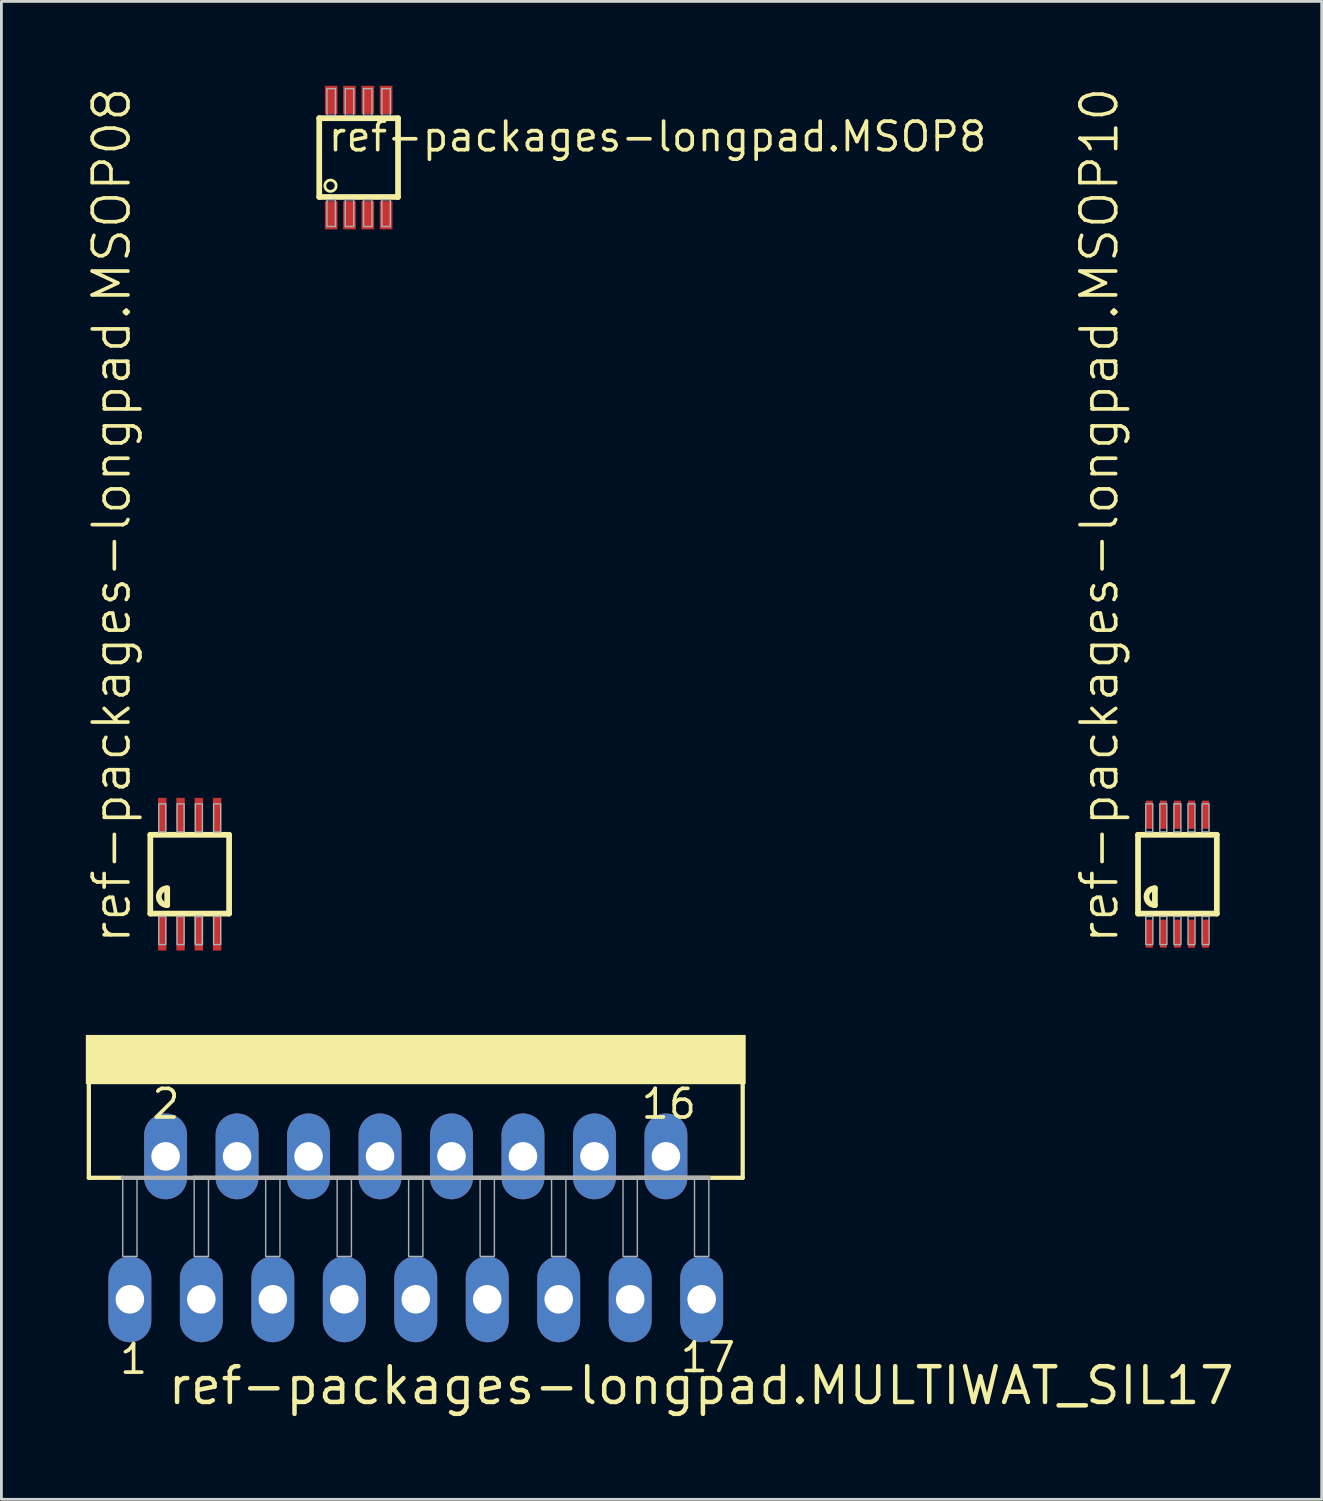
<source format=kicad_pcb>
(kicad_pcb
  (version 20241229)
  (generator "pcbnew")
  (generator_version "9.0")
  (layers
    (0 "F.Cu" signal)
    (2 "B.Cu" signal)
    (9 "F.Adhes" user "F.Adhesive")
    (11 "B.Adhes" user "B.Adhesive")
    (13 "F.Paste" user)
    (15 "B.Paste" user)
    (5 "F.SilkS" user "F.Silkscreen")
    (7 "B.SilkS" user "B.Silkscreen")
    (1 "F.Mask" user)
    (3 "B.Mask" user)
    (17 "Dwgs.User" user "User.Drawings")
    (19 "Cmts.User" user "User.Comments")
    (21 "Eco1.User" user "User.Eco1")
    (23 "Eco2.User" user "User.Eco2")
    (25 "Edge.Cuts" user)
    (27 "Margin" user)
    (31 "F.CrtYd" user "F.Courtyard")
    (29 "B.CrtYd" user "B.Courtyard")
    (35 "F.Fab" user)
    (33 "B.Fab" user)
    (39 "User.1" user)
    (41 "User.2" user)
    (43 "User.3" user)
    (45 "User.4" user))
  (footprint "ref-packages-longpad.MSOP8"
    (layer "F.Cu")
    (at 9.695 2.55)
    (property "Reference" "ref-packages-longpad.MSOP8" (at -1.15 -0.15 0) (layer "F.SilkS") (effects (font (size 1.016 1.016) (thickness 0.13)) (justify left bottom)))
    (attr smd)
    (fp_line (start -1.4 -1.4) (end 1.4 -1.4) (stroke (width 0.203) (type default)) (layer "F.SilkS"))
    (fp_line (start -1.4 1.4) (end -1.4 -1.4) (stroke (width 0.203) (type default)) (layer "F.SilkS"))
    (fp_line (start 1.4 -1.4) (end 1.4 1.4) (stroke (width 0.203) (type default)) (layer "F.SilkS"))
    (fp_line (start 1.4 1.4) (end -1.4 1.4) (stroke (width 0.203) (type default)) (layer "F.SilkS"))
    (fp_circle (center -1 1) (end -0.8 1) (stroke (width 0.1) (type default)) (fill no) (layer "F.SilkS"))
    (fp_rect (start -1.125 2.45) (end -0.825 1.5) (stroke (width 0.05) (type default)) (fill no) (layer "F.Fab"))
    (fp_rect (start -1.125 -1.5) (end -0.825 -2.45) (stroke (width 0.05) (type default)) (fill no) (layer "F.Fab"))
    (fp_rect (start -0.475 -1.5) (end -0.175 -2.45) (stroke (width 0.05) (type default)) (fill no) (layer "F.Fab"))
    (fp_rect (start -0.475 2.45) (end -0.175 1.5) (stroke (width 0.05) (type default)) (fill no) (layer "F.Fab"))
    (fp_rect (start 0.175 -1.5) (end 0.475 -2.45) (stroke (width 0.05) (type default)) (fill no) (layer "F.Fab"))
    (fp_rect (start 0.175 2.45) (end 0.475 1.5) (stroke (width 0.05) (type default)) (fill no) (layer "F.Fab"))
    (fp_rect (start 0.825 2.45) (end 1.125 1.5) (stroke (width 0.05) (type default)) (fill no) (layer "F.Fab"))
    (fp_rect (start 0.825 -1.5) (end 1.125 -2.45) (stroke (width 0.05) (type default)) (fill no) (layer "F.Fab"))
    (pad "1" smd roundrect (at -0.975 2.05) (size 0.45 1) (layers "F.Cu" "F.Mask" "F.Paste") (roundrect_rratio 0.01))
    (pad "2" smd roundrect (at -0.325 2.05) (size 0.45 1) (layers "F.Cu" "F.Mask" "F.Paste") (roundrect_rratio 0.01))
    (pad "3" smd roundrect (at 0.325 2.05) (size 0.45 1) (layers "F.Cu" "F.Mask" "F.Paste") (roundrect_rratio 0.01))
    (pad "4" smd roundrect (at 0.975 2.05) (size 0.45 1) (layers "F.Cu" "F.Mask" "F.Paste") (roundrect_rratio 0.01))
    (pad "5" smd roundrect (at 0.975 -2.05) (size 0.45 1) (layers "F.Cu" "F.Mask" "F.Paste") (roundrect_rratio 0.01))
    (pad "6" smd roundrect (at 0.325 -2.05) (size 0.45 1) (layers "F.Cu" "F.Mask" "F.Paste") (roundrect_rratio 0.01))
    (pad "7" smd roundrect (at -0.325 -2.05) (size 0.45 1) (layers "F.Cu" "F.Mask" "F.Paste") (roundrect_rratio 0.01))
    (pad "8" smd roundrect (at -0.975 -2.05) (size 0.45 1) (layers "F.Cu" "F.Mask" "F.Paste") (roundrect_rratio 0.01)))
  (footprint "ref-packages-longpad.MULTIWAT_SIL17"
    (layer "F.Cu")
    (at 11.725 35.504)
    (property "Reference" "ref-packages-longpad.MULTIWAT_SIL17" (at -8.89 11.43 0) (layer "F.SilkS") (effects (font (size 1.27 1.27) (thickness 0.16)) (justify left bottom)))
    (attr through_hole)
    (fp_line (start -11.618 -0.254) (end -11.618 3.302) (stroke (width 0.152) (type default)) (layer "F.SilkS"))
    (fp_line (start -11.618 3.302) (end -10.414 3.302) (stroke (width 0.152) (type default)) (layer "F.SilkS"))
    (fp_line (start 7.874 3.302) (end 11.618 3.302) (stroke (width 0.152) (type default)) (layer "F.SilkS"))
    (fp_line (start 11.618 -0.254) (end 11.618 3.302) (stroke (width 0.152) (type default)) (layer "F.SilkS"))
    (fp_rect (start -11.7 -0.05) (end 11.7 -1.75) (stroke (width 0.05) (type default)) (fill yes) (layer "F.SilkS"))
    (fp_line (start -10.414 3.302) (end -7.874 3.302) (stroke (width 0.152) (type default)) (layer "F.Fab"))
    (fp_line (start -7.874 3.302) (end 7.874 3.302) (stroke (width 0.152) (type default)) (layer "F.Fab"))
    (fp_line (start -7.874 3.302) (end 10.414 3.302) (stroke (width 0.152) (type default)) (layer "F.Fab"))
    (fp_rect (start -10.414 6.096) (end -9.906 3.302) (stroke (width 0.05) (type default)) (fill no) (layer "F.Fab"))
    (fp_rect (start -7.874 6.096) (end -7.366 3.302) (stroke (width 0.05) (type default)) (fill no) (layer "F.Fab"))
    (fp_rect (start -5.334 6.096) (end -4.826 3.302) (stroke (width 0.05) (type default)) (fill no) (layer "F.Fab"))
    (fp_rect (start -2.794 6.096) (end -2.286 3.302) (stroke (width 0.05) (type default)) (fill no) (layer "F.Fab"))
    (fp_rect (start -0.254 6.096) (end 0.254 3.302) (stroke (width 0.05) (type default)) (fill no) (layer "F.Fab"))
    (fp_rect (start 2.286 6.096) (end 2.794 3.302) (stroke (width 0.05) (type default)) (fill no) (layer "F.Fab"))
    (fp_rect (start 4.826 6.096) (end 5.334 3.302) (stroke (width 0.05) (type default)) (fill no) (layer "F.Fab"))
    (fp_rect (start 7.366 6.096) (end 7.874 3.302) (stroke (width 0.05) (type default)) (fill no) (layer "F.Fab"))
    (fp_rect (start 9.906 6.096) (end 10.414 3.302) (stroke (width 0.05) (type default)) (fill no) (layer "F.Fab"))
    (fp_text user "1" (at -10.597 10.338 0) (layer "F.SilkS") (effects (font (size 1.016 1.016) (thickness 0.13)) (justify left bottom)))
    (fp_text user "2" (at -9.447 1.27 0) (layer "F.SilkS") (effects (font (size 1.016 1.016) (thickness 0.13)) (justify left bottom)))
    (fp_text user "16" (at 7.939 1.27 0) (layer "F.SilkS") (effects (font (size 1.016 1.016) (thickness 0.13)) (justify left bottom)))
    (fp_text user "17" (at 9.328 10.279 0) (layer "F.SilkS") (effects (font (size 1.016 1.016) (thickness 0.13)) (justify left bottom)))
    (pad "1" thru_hole oval (at -10.16 7.62 90) (size 3.048 1.524) (drill 1.016) (layers "*.Cu" "*.Mask"))
    (pad "2" thru_hole oval (at -8.89 2.54 90) (size 3.048 1.524) (drill 1.016) (layers "*.Cu" "*.Mask"))
    (pad "3" thru_hole oval (at -7.62 7.62 90) (size 3.048 1.524) (drill 1.016) (layers "*.Cu" "*.Mask"))
    (pad "4" thru_hole oval (at -6.35 2.54 90) (size 3.048 1.524) (drill 1.016) (layers "*.Cu" "*.Mask"))
    (pad "5" thru_hole oval (at -5.08 7.62 90) (size 3.048 1.524) (drill 1.016) (layers "*.Cu" "*.Mask"))
    (pad "6" thru_hole oval (at -3.81 2.54 90) (size 3.048 1.524) (drill 1.016) (layers "*.Cu" "*.Mask"))
    (pad "7" thru_hole oval (at -2.54 7.62 90) (size 3.048 1.524) (drill 1.016) (layers "*.Cu" "*.Mask"))
    (pad "8" thru_hole oval (at -1.27 2.54 90) (size 3.048 1.524) (drill 1.016) (layers "*.Cu" "*.Mask"))
    (pad "9" thru_hole oval (at 0 7.62 90) (size 3.048 1.524) (drill 1.016) (layers "*.Cu" "*.Mask"))
    (pad "10" thru_hole oval (at 1.27 2.54 90) (size 3.048 1.524) (drill 1.016) (layers "*.Cu" "*.Mask"))
    (pad "11" thru_hole oval (at 2.54 7.62 90) (size 3.048 1.524) (drill 1.016) (layers "*.Cu" "*.Mask"))
    (pad "12" thru_hole oval (at 3.81 2.54 90) (size 3.048 1.524) (drill 1.016) (layers "*.Cu" "*.Mask"))
    (pad "13" thru_hole oval (at 5.08 7.62 90) (size 3.048 1.524) (drill 1.016) (layers "*.Cu" "*.Mask"))
    (pad "14" thru_hole oval (at 6.35 2.54 90) (size 3.048 1.524) (drill 1.016) (layers "*.Cu" "*.Mask"))
    (pad "15" thru_hole oval (at 7.62 7.62 90) (size 3.048 1.524) (drill 1.016) (layers "*.Cu" "*.Mask"))
    (pad "16" thru_hole oval (at 8.89 2.54 90) (size 3.048 1.524) (drill 1.016) (layers "*.Cu" "*.Mask"))
    (pad "17" thru_hole oval (at 10.16 7.62 90) (size 3.048 1.524) (drill 1.016) (layers "*.Cu" "*.Mask")))
  (footprint "ref-packages-longpad.MSOP08"
    (layer "F.Cu")
    (at 3.692 28.016)
    (property "Reference" "ref-packages-longpad.MSOP08" (at -2.032 2.54 90) (layer "F.SilkS") (effects (font (size 1.27 1.27) (thickness 0.13)) (justify left bottom)))
    (attr smd)
    (fp_line (start -1.4 -1.4) (end 1.4 -1.4) (stroke (width 0.203) (type default)) (layer "F.SilkS"))
    (fp_line (start -1.4 1.4) (end -1.4 -1.4) (stroke (width 0.203) (type default)) (layer "F.SilkS"))
    (fp_line (start -0.8 0.5) (end -0.8 1.1) (stroke (width 0.203) (type default)) (layer "F.SilkS"))
    (fp_line (start 1.4 -1.4) (end 1.4 1.4) (stroke (width 0.203) (type default)) (layer "F.SilkS"))
    (fp_line (start 1.4 1.4) (end -1.4 1.4) (stroke (width 0.203) (type default)) (layer "F.SilkS"))
    (fp_arc (start -0.8 1.1) (mid -1.1 0.8) (end -0.8 0.5) (stroke (width 0.2032) (type default)) (layer "F.SilkS"))
    (fp_rect (start -1.1 -1.5) (end -0.85 -2.5) (stroke (width 0.05) (type default)) (fill no) (layer "F.Fab"))
    (fp_rect (start -1.1 2.5) (end -0.85 1.5) (stroke (width 0.05) (type default)) (fill no) (layer "F.Fab"))
    (fp_rect (start -0.45 -1.5) (end -0.2 -2.5) (stroke (width 0.05) (type default)) (fill no) (layer "F.Fab"))
    (fp_rect (start -0.45 2.5) (end -0.2 1.5) (stroke (width 0.05) (type default)) (fill no) (layer "F.Fab"))
    (fp_rect (start 0.2 -1.5) (end 0.45 -2.5) (stroke (width 0.05) (type default)) (fill no) (layer "F.Fab"))
    (fp_rect (start 0.2 2.5) (end 0.45 1.5) (stroke (width 0.05) (type default)) (fill no) (layer "F.Fab"))
    (fp_rect (start 0.2 2.5) (end 0.45 1.5) (stroke (width 0.05) (type default)) (fill no) (layer "F.Fab"))
    (fp_rect (start 0.85 -1.5) (end 1.1 -2.5) (stroke (width 0.05) (type default)) (fill no) (layer "F.Fab"))
    (fp_rect (start 0.85 2.5) (end 1.1 1.5) (stroke (width 0.05) (type default)) (fill no) (layer "F.Fab"))
    (pad "1" smd roundrect (at -0.976 2.113) (size 0.3 1.2) (layers "F.Cu" "F.Mask" "F.Paste") (roundrect_rratio 0.01))
    (pad "2" smd roundrect (at -0.326 2.113) (size 0.3 1.2) (layers "F.Cu" "F.Mask" "F.Paste") (roundrect_rratio 0.01))
    (pad "3" smd roundrect (at 0.324 2.113) (size 0.3 1.2) (layers "F.Cu" "F.Mask" "F.Paste") (roundrect_rratio 0.01))
    (pad "4" smd roundrect (at 0.974 2.113) (size 0.3 1.2) (layers "F.Cu" "F.Mask" "F.Paste") (roundrect_rratio 0.01))
    (pad "5" smd roundrect (at 0.974 -2.112) (size 0.3 1.2) (layers "F.Cu" "F.Mask" "F.Paste") (roundrect_rratio 0.01))
    (pad "6" smd roundrect (at 0.324 -2.112) (size 0.3 1.2) (layers "F.Cu" "F.Mask" "F.Paste") (roundrect_rratio 0.01))
    (pad "7" smd roundrect (at -0.326 -2.112) (size 0.3 1.2) (layers "F.Cu" "F.Mask" "F.Paste") (roundrect_rratio 0.01))
    (pad "8" smd roundrect (at -0.976 -2.112) (size 0.3 1.2) (layers "F.Cu" "F.Mask" "F.Paste") (roundrect_rratio 0.01)))
  (footprint "ref-packages-longpad.MSOP10"
    (layer "F.Cu")
    (at 38.792 28.016)
    (property "Reference" "ref-packages-longpad.MSOP10" (at -2.032 2.54 90) (layer "F.SilkS") (effects (font (size 1.27 1.27) (thickness 0.13)) (justify left bottom)))
    (attr smd)
    (fp_line (start -1.4 -1.4) (end 1.4 -1.4) (stroke (width 0.203) (type default)) (layer "F.SilkS"))
    (fp_line (start -1.4 1.4) (end -1.4 -1.4) (stroke (width 0.203) (type default)) (layer "F.SilkS"))
    (fp_line (start -0.8 0.5) (end -0.8 1.1) (stroke (width 0.203) (type default)) (layer "F.SilkS"))
    (fp_line (start 1.4 -1.4) (end 1.4 1.4) (stroke (width 0.203) (type default)) (layer "F.SilkS"))
    (fp_line (start 1.4 1.4) (end -1.4 1.4) (stroke (width 0.203) (type default)) (layer "F.SilkS"))
    (fp_arc (start -0.8 1.1) (mid -1.1 0.8) (end -0.8 0.5) (stroke (width 0.2032) (type default)) (layer "F.SilkS"))
    (fp_rect (start -1.126 -1.5) (end -0.876 -2.5) (stroke (width 0.05) (type default)) (fill no) (layer "F.Fab"))
    (fp_rect (start -1.124 2.5) (end -0.874 1.5) (stroke (width 0.05) (type default)) (fill no) (layer "F.Fab"))
    (fp_rect (start -0.626 -1.5) (end -0.376 -2.5) (stroke (width 0.05) (type default)) (fill no) (layer "F.Fab"))
    (fp_rect (start -0.624 2.5) (end -0.374 1.5) (stroke (width 0.05) (type default)) (fill no) (layer "F.Fab"))
    (fp_rect (start -0.126 -1.5) (end 0.124 -2.5) (stroke (width 0.05) (type default)) (fill no) (layer "F.Fab"))
    (fp_rect (start -0.124 2.5) (end 0.126 1.5) (stroke (width 0.05) (type default)) (fill no) (layer "F.Fab"))
    (fp_rect (start 0.374 -1.5) (end 0.624 -2.5) (stroke (width 0.05) (type default)) (fill no) (layer "F.Fab"))
    (fp_rect (start 0.376 2.5) (end 0.626 1.5) (stroke (width 0.05) (type default)) (fill no) (layer "F.Fab"))
    (fp_rect (start 0.874 -1.5) (end 1.124 -2.5) (stroke (width 0.05) (type default)) (fill no) (layer "F.Fab"))
    (fp_rect (start 0.876 2.5) (end 1.126 1.5) (stroke (width 0.05) (type default)) (fill no) (layer "F.Fab"))
    (pad "1" smd roundrect (at -1 2.113) (size 0.25 1) (layers "F.Cu" "F.Mask" "F.Paste") (roundrect_rratio 0.01))
    (pad "2" smd roundrect (at -0.5 2.113) (size 0.25 1) (layers "F.Cu" "F.Mask" "F.Paste") (roundrect_rratio 0.01))
    (pad "3" smd roundrect (at 0 2.113) (size 0.25 1) (layers "F.Cu" "F.Mask" "F.Paste") (roundrect_rratio 0.01))
    (pad "4" smd roundrect (at 0.5 2.113) (size 0.25 1) (layers "F.Cu" "F.Mask" "F.Paste") (roundrect_rratio 0.01))
    (pad "5" smd roundrect (at 1 2.113) (size 0.25 1) (layers "F.Cu" "F.Mask" "F.Paste") (roundrect_rratio 0.01))
    (pad "6" smd roundrect (at 1 -2.113 180) (size 0.25 1) (layers "F.Cu" "F.Mask" "F.Paste") (roundrect_rratio 0.01))
    (pad "7" smd roundrect (at 0.5 -2.113 180) (size 0.25 1) (layers "F.Cu" "F.Mask" "F.Paste") (roundrect_rratio 0.01))
    (pad "8" smd roundrect (at 0 -2.113 180) (size 0.25 1) (layers "F.Cu" "F.Mask" "F.Paste") (roundrect_rratio 0.01))
    (pad "9" smd roundrect (at -0.5 -2.113 180) (size 0.25 1) (layers "F.Cu" "F.Mask" "F.Paste") (roundrect_rratio 0.01))
    (pad "10" smd roundrect (at -1 -2.113 180) (size 0.25 1) (layers "F.Cu" "F.Mask" "F.Paste") (roundrect_rratio 0.01)))
  (gr_rect
    (start -3 -3)
    (end 43.919 50.231)
    (stroke (width 0.1) (type default))
    (fill no)
    (layer "Edge.Cuts")))
</source>
